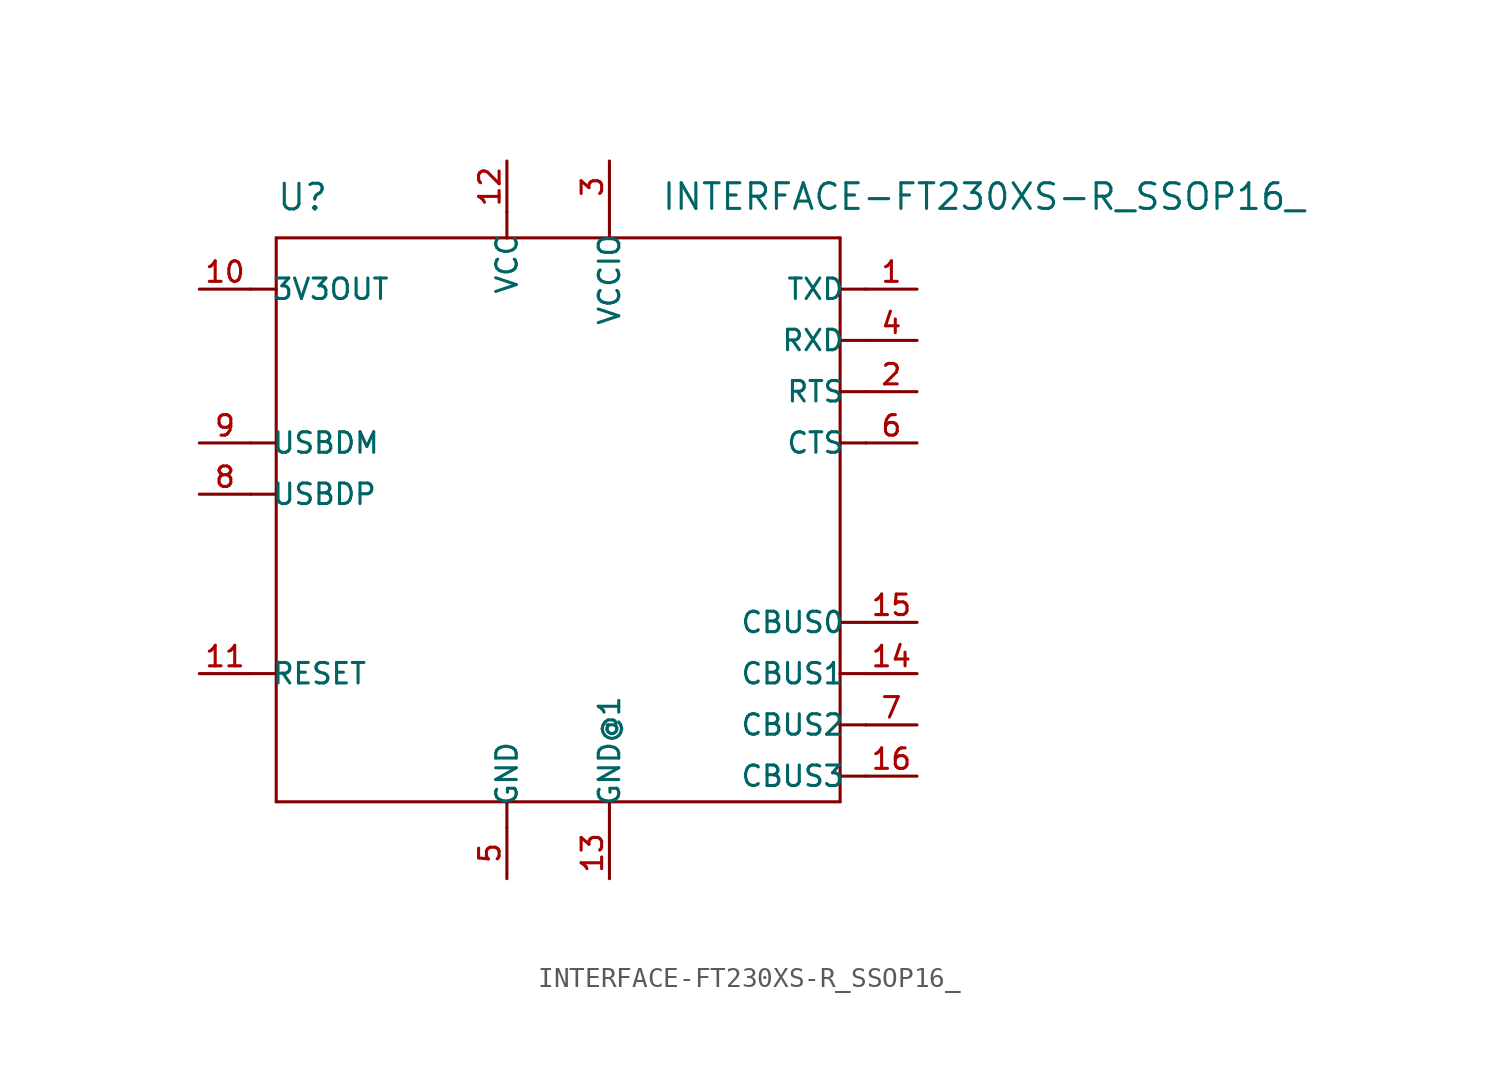
<source format=kicad_sym>
(kicad_symbol_lib
  (version 20211014)
  (generator kicad_symbol_editor)
  (symbol "INTERFACE-FT230XS-R_SSOP16_"
    (pin_names
      (offset 1.016))
    (property "Reference" "U"
      (at -13.973 15.243 0)
      (effects (font (size 1.27 1.27)) (justify bottom left)))
    (property "Value" "INTERFACE-FT230XS-R_SSOP16_"
      (at 5.089 15.268 0)
      (effects (font (size 1.27 1.27)) (justify bottom left)))
    (symbol "INTERFACE-FT230XS-R_SSOP16__0_0"
      (polyline (pts (xy -13.97 13.97) (xy -2.54 13.97)) (stroke (width 0.152)))
      (polyline (pts (xy -2.54 13.97) (xy 2.54 13.97)) (stroke (width 0.152)))
      (polyline (pts (xy 2.54 13.97) (xy 13.97 13.97)) (stroke (width 0.152)))
      (polyline (pts (xy 13.97 13.97) (xy 13.97 11.43)) (stroke (width 0.152)))
      (polyline (pts (xy 13.97 11.43) (xy 13.97 8.89)) (stroke (width 0.152)))
      (polyline (pts (xy 13.97 8.89) (xy 13.97 6.35)) (stroke (width 0.152)))
      (polyline (pts (xy 13.97 6.35) (xy 13.97 3.81)) (stroke (width 0.152)))
      (polyline (pts (xy 13.97 3.81) (xy 13.97 -5.08)) (stroke (width 0.152)))
      (polyline (pts (xy 13.97 -5.08) (xy 13.97 -7.62)) (stroke (width 0.152)))
      (polyline (pts (xy 13.97 -7.62) (xy 13.97 -10.16)) (stroke (width 0.152)))
      (polyline (pts (xy 13.97 -10.16) (xy 13.97 -12.7)) (stroke (width 0.152)))
      (polyline (pts (xy 13.97 -12.7) (xy 13.97 -13.97)) (stroke (width 0.152)))
      (polyline (pts (xy -13.97 13.97) (xy -13.97 11.43)) (stroke (width 0.152)))
      (polyline (pts (xy -13.97 11.43) (xy -13.97 3.81)) (stroke (width 0.152)))
      (polyline (pts (xy -13.97 3.81) (xy -13.97 1.27)) (stroke (width 0.152)))
      (polyline (pts (xy -13.97 1.27) (xy -13.97 -7.62)) (stroke (width 0.152)))
      (polyline (pts (xy -13.97 -7.62) (xy -13.97 -13.97)) (stroke (width 0.152)))
      (polyline (pts (xy -13.97 -13.97) (xy -2.54 -13.97)) (stroke (width 0.152)))
      (polyline (pts (xy -2.54 -13.97) (xy 2.54 -13.97)) (stroke (width 0.152)))
      (polyline (pts (xy 2.54 -13.97) (xy 13.97 -13.97)) (stroke (width 0.152)))
      (polyline (pts (xy -15.24 11.43) (xy -13.97 11.43)) (stroke (width 0.152)))
      (polyline (pts (xy -15.24 3.81) (xy -13.97 3.81)) (stroke (width 0.152)))
      (polyline (pts (xy -15.24 1.27) (xy -13.97 1.27)) (stroke (width 0.152)))
      (polyline (pts (xy -15.24 -7.62) (xy -13.97 -7.62)) (stroke (width 0.152)))
      (polyline (pts (xy -2.54 -15.24) (xy -2.54 -13.97)) (stroke (width 0.152)))
      (polyline (pts (xy 2.54 -15.24) (xy 2.54 -13.97)) (stroke (width 0.152)))
      (polyline (pts (xy 15.24 -12.7) (xy 13.97 -12.7)) (stroke (width 0.152)))
      (polyline (pts (xy 15.24 -10.16) (xy 13.97 -10.16)) (stroke (width 0.152)))
      (polyline (pts (xy 15.24 -7.62) (xy 13.97 -7.62)) (stroke (width 0.152)))
      (polyline (pts (xy 15.24 -5.08) (xy 13.97 -5.08)) (stroke (width 0.152)))
      (polyline (pts (xy 15.24 3.81) (xy 13.97 3.81)) (stroke (width 0.152)))
      (polyline (pts (xy 15.24 6.35) (xy 13.97 6.35)) (stroke (width 0.152)))
      (polyline (pts (xy 15.24 8.89) (xy 13.97 8.89)) (stroke (width 0.152)))
      (polyline (pts (xy 15.24 11.43) (xy 13.97 11.43)) (stroke (width 0.152)))
      (polyline (pts (xy -2.54 15.24) (xy -2.54 13.97)) (stroke (width 0.152)))
      (polyline (pts (xy 2.54 15.24) (xy 2.54 13.97)) (stroke (width 0.152)))
      (pin bidirectional line (at 17.78 11.43 180.0) (length 2.54) (name "TXD" (effects (font (size 1.016 1.016)))) (number "1" (effects (font (size 1.016 1.016)))))
      (pin bidirectional line (at 17.78 6.35 180.0) (length 2.54) (name "RTS" (effects (font (size 1.016 1.016)))) (number "2" (effects (font (size 1.016 1.016)))))
      (pin bidirectional line (at 2.54 17.78 270.0) (length 2.54) (name "VCCIO" (effects (font (size 1.016 1.016)))) (number "3" (effects (font (size 1.016 1.016)))))
      (pin bidirectional line (at 17.78 8.89 180.0) (length 2.54) (name "RXD" (effects (font (size 1.016 1.016)))) (number "4" (effects (font (size 1.016 1.016)))))
      (pin bidirectional line (at -2.54 -17.78 90.0) (length 2.54) (name "GND" (effects (font (size 1.016 1.016)))) (number "5" (effects (font (size 1.016 1.016)))))
      (pin bidirectional line (at 17.78 3.81 180.0) (length 2.54) (name "CTS" (effects (font (size 1.016 1.016)))) (number "6" (effects (font (size 1.016 1.016)))))
      (pin bidirectional line (at 17.78 -10.16 180.0) (length 2.54) (name "CBUS2" (effects (font (size 1.016 1.016)))) (number "7" (effects (font (size 1.016 1.016)))))
      (pin bidirectional line (at -17.78 1.27 0) (length 2.54) (name "USBDP" (effects (font (size 1.016 1.016)))) (number "8" (effects (font (size 1.016 1.016)))))
      (pin bidirectional line (at -17.78 3.81 0) (length 2.54) (name "USBDM" (effects (font (size 1.016 1.016)))) (number "9" (effects (font (size 1.016 1.016)))))
      (pin bidirectional line (at -17.78 11.43 0) (length 2.54) (name "3V3OUT" (effects (font (size 1.016 1.016)))) (number "10" (effects (font (size 1.016 1.016)))))
      (pin bidirectional line (at -17.78 -7.62 0) (length 2.54) (name "RESET" (effects (font (size 1.016 1.016)))) (number "11" (effects (font (size 1.016 1.016)))))
      (pin bidirectional line (at -2.54 17.78 270.0) (length 2.54) (name "VCC" (effects (font (size 1.016 1.016)))) (number "12" (effects (font (size 1.016 1.016)))))
      (pin bidirectional line (at 2.54 -17.78 90.0) (length 2.54) (name "GND@1" (effects (font (size 1.016 1.016)))) (number "13" (effects (font (size 1.016 1.016)))))
      (pin bidirectional line (at 17.78 -7.62 180.0) (length 2.54) (name "CBUS1" (effects (font (size 1.016 1.016)))) (number "14" (effects (font (size 1.016 1.016)))))
      (pin bidirectional line (at 17.78 -5.08 180.0) (length 2.54) (name "CBUS0" (effects (font (size 1.016 1.016)))) (number "15" (effects (font (size 1.016 1.016)))))
      (pin bidirectional line (at 17.78 -12.7 180.0) (length 2.54) (name "CBUS3" (effects (font (size 1.016 1.016)))) (number "16" (effects (font (size 1.016 1.016))))))))
</source>
